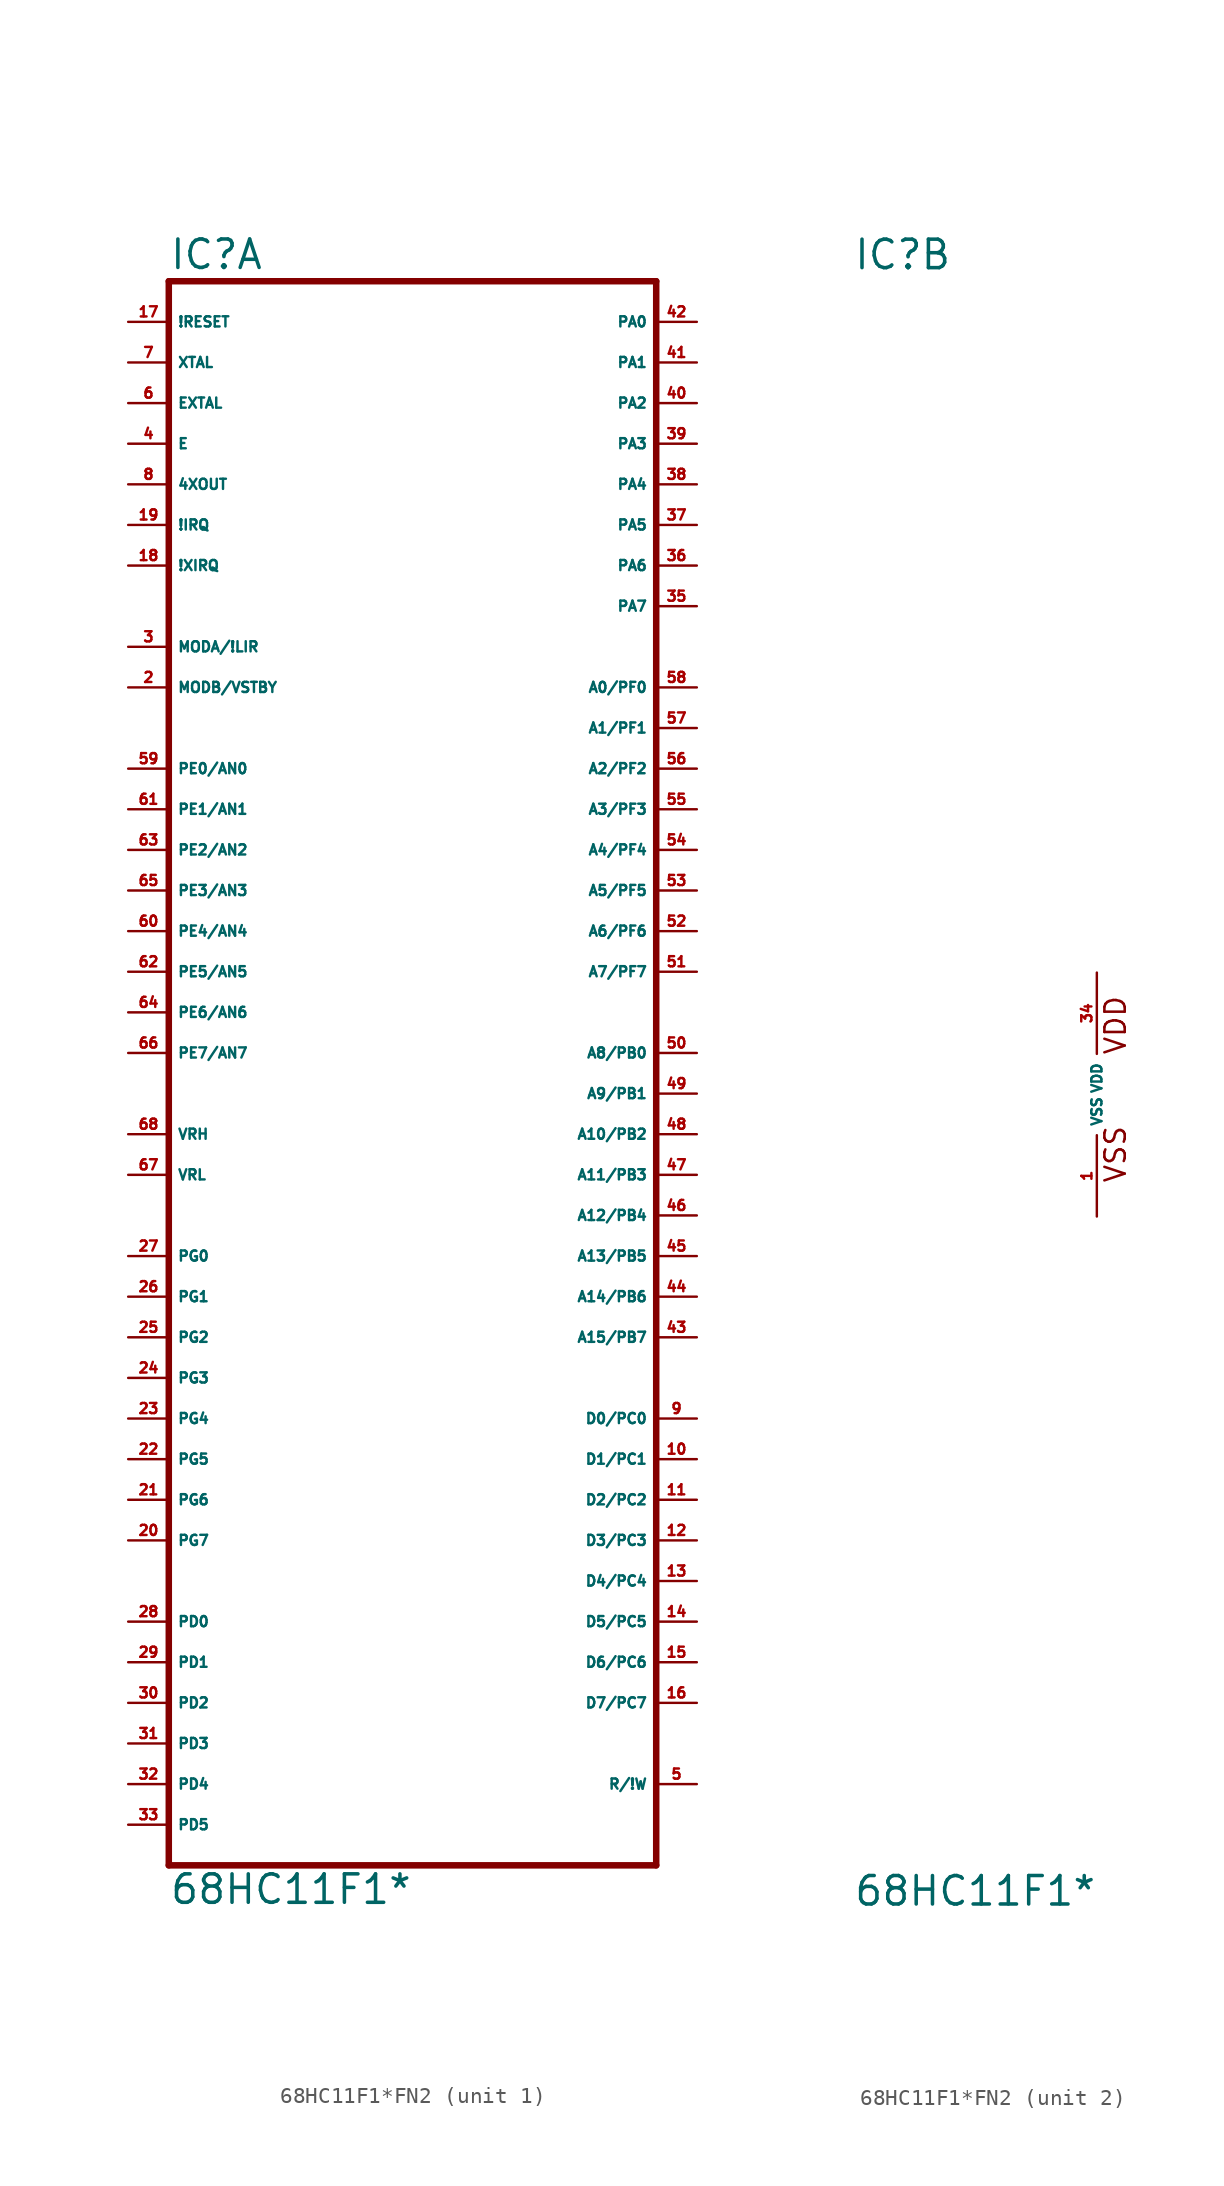
<source format=kicad_sym>
(kicad_symbol_lib
  (version 20220914)
  (generator Eagle2Kicad)
  (symbol "68HC11F1*FN2"
    (property "Reference" "IC"
      (at -15.24 51.435 0)
      (effects (font (size 1.778 1.778) (thickness 0.22)) (justify left bottom)))
    (property "Value" "68HC11F1*"
      (at -15.24 -50.8 0)
      (effects (font (size 1.778 1.778) (thickness 0.22)) (justify left bottom)))
    (symbol "68HC11F1*FN2_1_0"
      (polyline (pts (xy -15.24 -48.26) (xy 15.24 -48.26)) (stroke (width 0.406) (type default)) (fill (type none)))
      (polyline (pts (xy 15.24 -48.26) (xy 15.24 50.8)) (stroke (width 0.406) (type default)) (fill (type none)))
      (polyline (pts (xy 15.24 50.8) (xy -15.24 50.8)) (stroke (width 0.406) (type default)) (fill (type none)))
      (polyline (pts (xy -15.24 50.8) (xy -15.24 -48.26)) (stroke (width 0.406) (type default)) (fill (type none)))
      (pin bidirectional line (at -17.78 27.94 0) (length 2.54) (name "MODA/!LIR" (effects (font (size 0.635 0.635) (thickness 0.08)) (justify left bottom))) (number "3" (effects (font (size 0.635 0.635) (thickness 0.08)) (justify left bottom))))
      (pin output line (at -17.78 40.64 0) (length 2.54) (name "E" (effects (font (size 0.635 0.635) (thickness 0.08)) (justify left bottom))) (number "4" (effects (font (size 0.635 0.635) (thickness 0.08)) (justify left bottom))))
      (pin bidirectional line (at 17.78 -43.18 180) (length 2.54) (name "R/!W" (effects (font (size 0.635 0.635) (thickness 0.08)) (justify left bottom))) (number "5" (effects (font (size 0.635 0.635) (thickness 0.08)) (justify left bottom))))
      (pin input line (at -17.78 43.18 0) (length 2.54) (name "EXTAL" (effects (font (size 0.635 0.635) (thickness 0.08)) (justify left bottom))) (number "6" (effects (font (size 0.635 0.635) (thickness 0.08)) (justify left bottom))))
      (pin output line (at -17.78 45.72 0) (length 2.54) (name "XTAL" (effects (font (size 0.635 0.635) (thickness 0.08)) (justify left bottom))) (number "7" (effects (font (size 0.635 0.635) (thickness 0.08)) (justify left bottom))))
      (pin tri_state line (at 17.78 -20.32 180) (length 2.54) (name "D0/PC0" (effects (font (size 0.635 0.635) (thickness 0.08)) (justify left bottom))) (number "9" (effects (font (size 0.635 0.635) (thickness 0.08)) (justify left bottom))))
      (pin bidirectional line (at -17.78 48.26 0) (length 2.54) (name "!RESET" (effects (font (size 0.635 0.635) (thickness 0.08)) (justify left bottom))) (number "17" (effects (font (size 0.635 0.635) (thickness 0.08)) (justify left bottom))))
      (pin input line (at -17.78 33.02 0) (length 2.54) (name "!XIRQ" (effects (font (size 0.635 0.635) (thickness 0.08)) (justify left bottom))) (number "18" (effects (font (size 0.635 0.635) (thickness 0.08)) (justify left bottom))))
      (pin input line (at -17.78 35.56 0) (length 2.54) (name "!IRQ" (effects (font (size 0.635 0.635) (thickness 0.08)) (justify left bottom))) (number "19" (effects (font (size 0.635 0.635) (thickness 0.08)) (justify left bottom))))
      (pin bidirectional line (at -17.78 -33.02 0) (length 2.54) (name "PD0" (effects (font (size 0.635 0.635) (thickness 0.08)) (justify left bottom))) (number "28" (effects (font (size 0.635 0.635) (thickness 0.08)) (justify left bottom))))
      (pin bidirectional line (at -17.78 -35.56 0) (length 2.54) (name "PD1" (effects (font (size 0.635 0.635) (thickness 0.08)) (justify left bottom))) (number "29" (effects (font (size 0.635 0.635) (thickness 0.08)) (justify left bottom))))
      (pin bidirectional line (at -17.78 -38.1 0) (length 2.54) (name "PD2" (effects (font (size 0.635 0.635) (thickness 0.08)) (justify left bottom))) (number "30" (effects (font (size 0.635 0.635) (thickness 0.08)) (justify left bottom))))
      (pin bidirectional line (at -17.78 -40.64 0) (length 2.54) (name "PD3" (effects (font (size 0.635 0.635) (thickness 0.08)) (justify left bottom))) (number "31" (effects (font (size 0.635 0.635) (thickness 0.08)) (justify left bottom))))
      (pin bidirectional line (at -17.78 -43.18 0) (length 2.54) (name "PD4" (effects (font (size 0.635 0.635) (thickness 0.08)) (justify left bottom))) (number "32" (effects (font (size 0.635 0.635) (thickness 0.08)) (justify left bottom))))
      (pin bidirectional line (at -17.78 -45.72 0) (length 2.54) (name "PD5" (effects (font (size 0.635 0.635) (thickness 0.08)) (justify left bottom))) (number "33" (effects (font (size 0.635 0.635) (thickness 0.08)) (justify left bottom))))
      (pin output line (at 17.78 2.54 180) (length 2.54) (name "A8/PB0" (effects (font (size 0.635 0.635) (thickness 0.08)) (justify left bottom))) (number "50" (effects (font (size 0.635 0.635) (thickness 0.08)) (justify left bottom))))
      (pin bidirectional line (at 17.78 48.26 180) (length 2.54) (name "PA0" (effects (font (size 0.635 0.635) (thickness 0.08)) (justify left bottom))) (number "42" (effects (font (size 0.635 0.635) (thickness 0.08)) (justify left bottom))))
      (pin input line (at -17.78 20.32 0) (length 2.54) (name "PE0/AN0" (effects (font (size 0.635 0.635) (thickness 0.08)) (justify left bottom))) (number "59" (effects (font (size 0.635 0.635) (thickness 0.08)) (justify left bottom))))
      (pin input line (at -17.78 17.78 0) (length 2.54) (name "PE1/AN1" (effects (font (size 0.635 0.635) (thickness 0.08)) (justify left bottom))) (number "61" (effects (font (size 0.635 0.635) (thickness 0.08)) (justify left bottom))))
      (pin input line (at -17.78 15.24 0) (length 2.54) (name "PE2/AN2" (effects (font (size 0.635 0.635) (thickness 0.08)) (justify left bottom))) (number "63" (effects (font (size 0.635 0.635) (thickness 0.08)) (justify left bottom))))
      (pin input line (at -17.78 12.7 0) (length 2.54) (name "PE3/AN3" (effects (font (size 0.635 0.635) (thickness 0.08)) (justify left bottom))) (number "65" (effects (font (size 0.635 0.635) (thickness 0.08)) (justify left bottom))))
      (pin input line (at -17.78 10.16 0) (length 2.54) (name "PE4/AN4" (effects (font (size 0.635 0.635) (thickness 0.08)) (justify left bottom))) (number "60" (effects (font (size 0.635 0.635) (thickness 0.08)) (justify left bottom))))
      (pin input line (at -17.78 7.62 0) (length 2.54) (name "PE5/AN5" (effects (font (size 0.635 0.635) (thickness 0.08)) (justify left bottom))) (number "62" (effects (font (size 0.635 0.635) (thickness 0.08)) (justify left bottom))))
      (pin input line (at -17.78 5.08 0) (length 2.54) (name "PE6/AN6" (effects (font (size 0.635 0.635) (thickness 0.08)) (justify left bottom))) (number "64" (effects (font (size 0.635 0.635) (thickness 0.08)) (justify left bottom))))
      (pin input line (at -17.78 2.54 0) (length 2.54) (name "PE7/AN7" (effects (font (size 0.635 0.635) (thickness 0.08)) (justify left bottom))) (number "66" (effects (font (size 0.635 0.635) (thickness 0.08)) (justify left bottom))))
      (pin input line (at -17.78 -5.08 0) (length 2.54) (name "VRL" (effects (font (size 0.635 0.635) (thickness 0.08)) (justify left bottom))) (number "67" (effects (font (size 0.635 0.635) (thickness 0.08)) (justify left bottom))))
      (pin input line (at -17.78 -2.54 0) (length 2.54) (name "VRH" (effects (font (size 0.635 0.635) (thickness 0.08)) (justify left bottom))) (number "68" (effects (font (size 0.635 0.635) (thickness 0.08)) (justify left bottom))))
      (pin input line (at -17.78 25.4 0) (length 2.54) (name "MODB/VSTBY" (effects (font (size 0.635 0.635) (thickness 0.08)) (justify left bottom))) (number "2" (effects (font (size 0.635 0.635) (thickness 0.08)) (justify left bottom))))
      (pin bidirectional line (at -17.78 -10.16 0) (length 2.54) (name "PG0" (effects (font (size 0.635 0.635) (thickness 0.08)) (justify left bottom))) (number "27" (effects (font (size 0.635 0.635) (thickness 0.08)) (justify left bottom))))
      (pin bidirectional line (at -17.78 -12.7 0) (length 2.54) (name "PG1" (effects (font (size 0.635 0.635) (thickness 0.08)) (justify left bottom))) (number "26" (effects (font (size 0.635 0.635) (thickness 0.08)) (justify left bottom))))
      (pin bidirectional line (at -17.78 -15.24 0) (length 2.54) (name "PG2" (effects (font (size 0.635 0.635) (thickness 0.08)) (justify left bottom))) (number "25" (effects (font (size 0.635 0.635) (thickness 0.08)) (justify left bottom))))
      (pin bidirectional line (at -17.78 -17.78 0) (length 2.54) (name "PG3" (effects (font (size 0.635 0.635) (thickness 0.08)) (justify left bottom))) (number "24" (effects (font (size 0.635 0.635) (thickness 0.08)) (justify left bottom))))
      (pin bidirectional line (at -17.78 -20.32 0) (length 2.54) (name "PG4" (effects (font (size 0.635 0.635) (thickness 0.08)) (justify left bottom))) (number "23" (effects (font (size 0.635 0.635) (thickness 0.08)) (justify left bottom))))
      (pin bidirectional line (at -17.78 -22.86 0) (length 2.54) (name "PG5" (effects (font (size 0.635 0.635) (thickness 0.08)) (justify left bottom))) (number "22" (effects (font (size 0.635 0.635) (thickness 0.08)) (justify left bottom))))
      (pin bidirectional line (at -17.78 -25.4 0) (length 2.54) (name "PG6" (effects (font (size 0.635 0.635) (thickness 0.08)) (justify left bottom))) (number "21" (effects (font (size 0.635 0.635) (thickness 0.08)) (justify left bottom))))
      (pin bidirectional line (at -17.78 -27.94 0) (length 2.54) (name "PG7" (effects (font (size 0.635 0.635) (thickness 0.08)) (justify left bottom))) (number "20" (effects (font (size 0.635 0.635) (thickness 0.08)) (justify left bottom))))
      (pin output line (at -17.78 38.1 0) (length 2.54) (name "4XOUT" (effects (font (size 0.635 0.635) (thickness 0.08)) (justify left bottom))) (number "8" (effects (font (size 0.635 0.635) (thickness 0.08)) (justify left bottom))))
      (pin output line (at 17.78 25.4 180) (length 2.54) (name "A0/PF0" (effects (font (size 0.635 0.635) (thickness 0.08)) (justify left bottom))) (number "58" (effects (font (size 0.635 0.635) (thickness 0.08)) (justify left bottom))))
      (pin output line (at 17.78 22.86 180) (length 2.54) (name "A1/PF1" (effects (font (size 0.635 0.635) (thickness 0.08)) (justify left bottom))) (number "57" (effects (font (size 0.635 0.635) (thickness 0.08)) (justify left bottom))))
      (pin output line (at 17.78 20.32 180) (length 2.54) (name "A2/PF2" (effects (font (size 0.635 0.635) (thickness 0.08)) (justify left bottom))) (number "56" (effects (font (size 0.635 0.635) (thickness 0.08)) (justify left bottom))))
      (pin output line (at 17.78 17.78 180) (length 2.54) (name "A3/PF3" (effects (font (size 0.635 0.635) (thickness 0.08)) (justify left bottom))) (number "55" (effects (font (size 0.635 0.635) (thickness 0.08)) (justify left bottom))))
      (pin output line (at 17.78 15.24 180) (length 2.54) (name "A4/PF4" (effects (font (size 0.635 0.635) (thickness 0.08)) (justify left bottom))) (number "54" (effects (font (size 0.635 0.635) (thickness 0.08)) (justify left bottom))))
      (pin output line (at 17.78 12.7 180) (length 2.54) (name "A5/PF5" (effects (font (size 0.635 0.635) (thickness 0.08)) (justify left bottom))) (number "53" (effects (font (size 0.635 0.635) (thickness 0.08)) (justify left bottom))))
      (pin output line (at 17.78 10.16 180) (length 2.54) (name "A6/PF6" (effects (font (size 0.635 0.635) (thickness 0.08)) (justify left bottom))) (number "52" (effects (font (size 0.635 0.635) (thickness 0.08)) (justify left bottom))))
      (pin output line (at 17.78 7.62 180) (length 2.54) (name "A7/PF7" (effects (font (size 0.635 0.635) (thickness 0.08)) (justify left bottom))) (number "51" (effects (font (size 0.635 0.635) (thickness 0.08)) (justify left bottom))))
      (pin output line (at 17.78 0 180) (length 2.54) (name "A9/PB1" (effects (font (size 0.635 0.635) (thickness 0.08)) (justify left bottom))) (number "49" (effects (font (size 0.635 0.635) (thickness 0.08)) (justify left bottom))))
      (pin output line (at 17.78 -2.54 180) (length 2.54) (name "A10/PB2" (effects (font (size 0.635 0.635) (thickness 0.08)) (justify left bottom))) (number "48" (effects (font (size 0.635 0.635) (thickness 0.08)) (justify left bottom))))
      (pin output line (at 17.78 -5.08 180) (length 2.54) (name "A11/PB3" (effects (font (size 0.635 0.635) (thickness 0.08)) (justify left bottom))) (number "47" (effects (font (size 0.635 0.635) (thickness 0.08)) (justify left bottom))))
      (pin output line (at 17.78 -7.62 180) (length 2.54) (name "A12/PB4" (effects (font (size 0.635 0.635) (thickness 0.08)) (justify left bottom))) (number "46" (effects (font (size 0.635 0.635) (thickness 0.08)) (justify left bottom))))
      (pin output line (at 17.78 -10.16 180) (length 2.54) (name "A13/PB5" (effects (font (size 0.635 0.635) (thickness 0.08)) (justify left bottom))) (number "45" (effects (font (size 0.635 0.635) (thickness 0.08)) (justify left bottom))))
      (pin output line (at 17.78 -12.7 180) (length 2.54) (name "A14/PB6" (effects (font (size 0.635 0.635) (thickness 0.08)) (justify left bottom))) (number "44" (effects (font (size 0.635 0.635) (thickness 0.08)) (justify left bottom))))
      (pin output line (at 17.78 -15.24 180) (length 2.54) (name "A15/PB7" (effects (font (size 0.635 0.635) (thickness 0.08)) (justify left bottom))) (number "43" (effects (font (size 0.635 0.635) (thickness 0.08)) (justify left bottom))))
      (pin bidirectional line (at 17.78 45.72 180) (length 2.54) (name "PA1" (effects (font (size 0.635 0.635) (thickness 0.08)) (justify left bottom))) (number "41" (effects (font (size 0.635 0.635) (thickness 0.08)) (justify left bottom))))
      (pin bidirectional line (at 17.78 43.18 180) (length 2.54) (name "PA2" (effects (font (size 0.635 0.635) (thickness 0.08)) (justify left bottom))) (number "40" (effects (font (size 0.635 0.635) (thickness 0.08)) (justify left bottom))))
      (pin bidirectional line (at 17.78 40.64 180) (length 2.54) (name "PA3" (effects (font (size 0.635 0.635) (thickness 0.08)) (justify left bottom))) (number "39" (effects (font (size 0.635 0.635) (thickness 0.08)) (justify left bottom))))
      (pin bidirectional line (at 17.78 38.1 180) (length 2.54) (name "PA4" (effects (font (size 0.635 0.635) (thickness 0.08)) (justify left bottom))) (number "38" (effects (font (size 0.635 0.635) (thickness 0.08)) (justify left bottom))))
      (pin bidirectional line (at 17.78 35.56 180) (length 2.54) (name "PA5" (effects (font (size 0.635 0.635) (thickness 0.08)) (justify left bottom))) (number "37" (effects (font (size 0.635 0.635) (thickness 0.08)) (justify left bottom))))
      (pin bidirectional line (at 17.78 33.02 180) (length 2.54) (name "PA6" (effects (font (size 0.635 0.635) (thickness 0.08)) (justify left bottom))) (number "36" (effects (font (size 0.635 0.635) (thickness 0.08)) (justify left bottom))))
      (pin bidirectional line (at 17.78 30.48 180) (length 2.54) (name "PA7" (effects (font (size 0.635 0.635) (thickness 0.08)) (justify left bottom))) (number "35" (effects (font (size 0.635 0.635) (thickness 0.08)) (justify left bottom))))
      (pin tri_state line (at 17.78 -22.86 180) (length 2.54) (name "D1/PC1" (effects (font (size 0.635 0.635) (thickness 0.08)) (justify left bottom))) (number "10" (effects (font (size 0.635 0.635) (thickness 0.08)) (justify left bottom))))
      (pin tri_state line (at 17.78 -25.4 180) (length 2.54) (name "D2/PC2" (effects (font (size 0.635 0.635) (thickness 0.08)) (justify left bottom))) (number "11" (effects (font (size 0.635 0.635) (thickness 0.08)) (justify left bottom))))
      (pin tri_state line (at 17.78 -27.94 180) (length 2.54) (name "D3/PC3" (effects (font (size 0.635 0.635) (thickness 0.08)) (justify left bottom))) (number "12" (effects (font (size 0.635 0.635) (thickness 0.08)) (justify left bottom))))
      (pin tri_state line (at 17.78 -30.48 180) (length 2.54) (name "D4/PC4" (effects (font (size 0.635 0.635) (thickness 0.08)) (justify left bottom))) (number "13" (effects (font (size 0.635 0.635) (thickness 0.08)) (justify left bottom))))
      (pin tri_state line (at 17.78 -33.02 180) (length 2.54) (name "D5/PC5" (effects (font (size 0.635 0.635) (thickness 0.08)) (justify left bottom))) (number "14" (effects (font (size 0.635 0.635) (thickness 0.08)) (justify left bottom))))
      (pin tri_state line (at 17.78 -35.56 180) (length 2.54) (name "D6/PC6" (effects (font (size 0.635 0.635) (thickness 0.08)) (justify left bottom))) (number "15" (effects (font (size 0.635 0.635) (thickness 0.08)) (justify left bottom))))
      (pin tri_state line (at 17.78 -38.1 180) (length 2.54) (name "D7/PC7" (effects (font (size 0.635 0.635) (thickness 0.08)) (justify left bottom))) (number "16" (effects (font (size 0.635 0.635) (thickness 0.08)) (justify left bottom)))))
    (symbol "68HC11F1*FN2_2_0"
      (text "VSS" (at 1.905 -5.588 900) (effects (font (size 1.27 1.27) (thickness 0.16)) (justify left bottom)))
      (text "VDD" (at 1.905 2.413 900) (effects (font (size 1.27 1.27) (thickness 0.16)) (justify left bottom)))
      (pin unspecified line (at 0 -7.62 90) (length 5.08) (name "VSS" (effects (font (size 0.635 0.635) (thickness 0.08)) (justify left bottom))) (number "1" (effects (font (size 0.635 0.635) (thickness 0.08)) (justify left bottom))))
      (pin unspecified line (at 0 7.62 270) (length 5.08) (name "VDD" (effects (font (size 0.635 0.635) (thickness 0.08)) (justify left bottom))) (number "34" (effects (font (size 0.635 0.635) (thickness 0.08)) (justify left bottom)))))))
</source>
